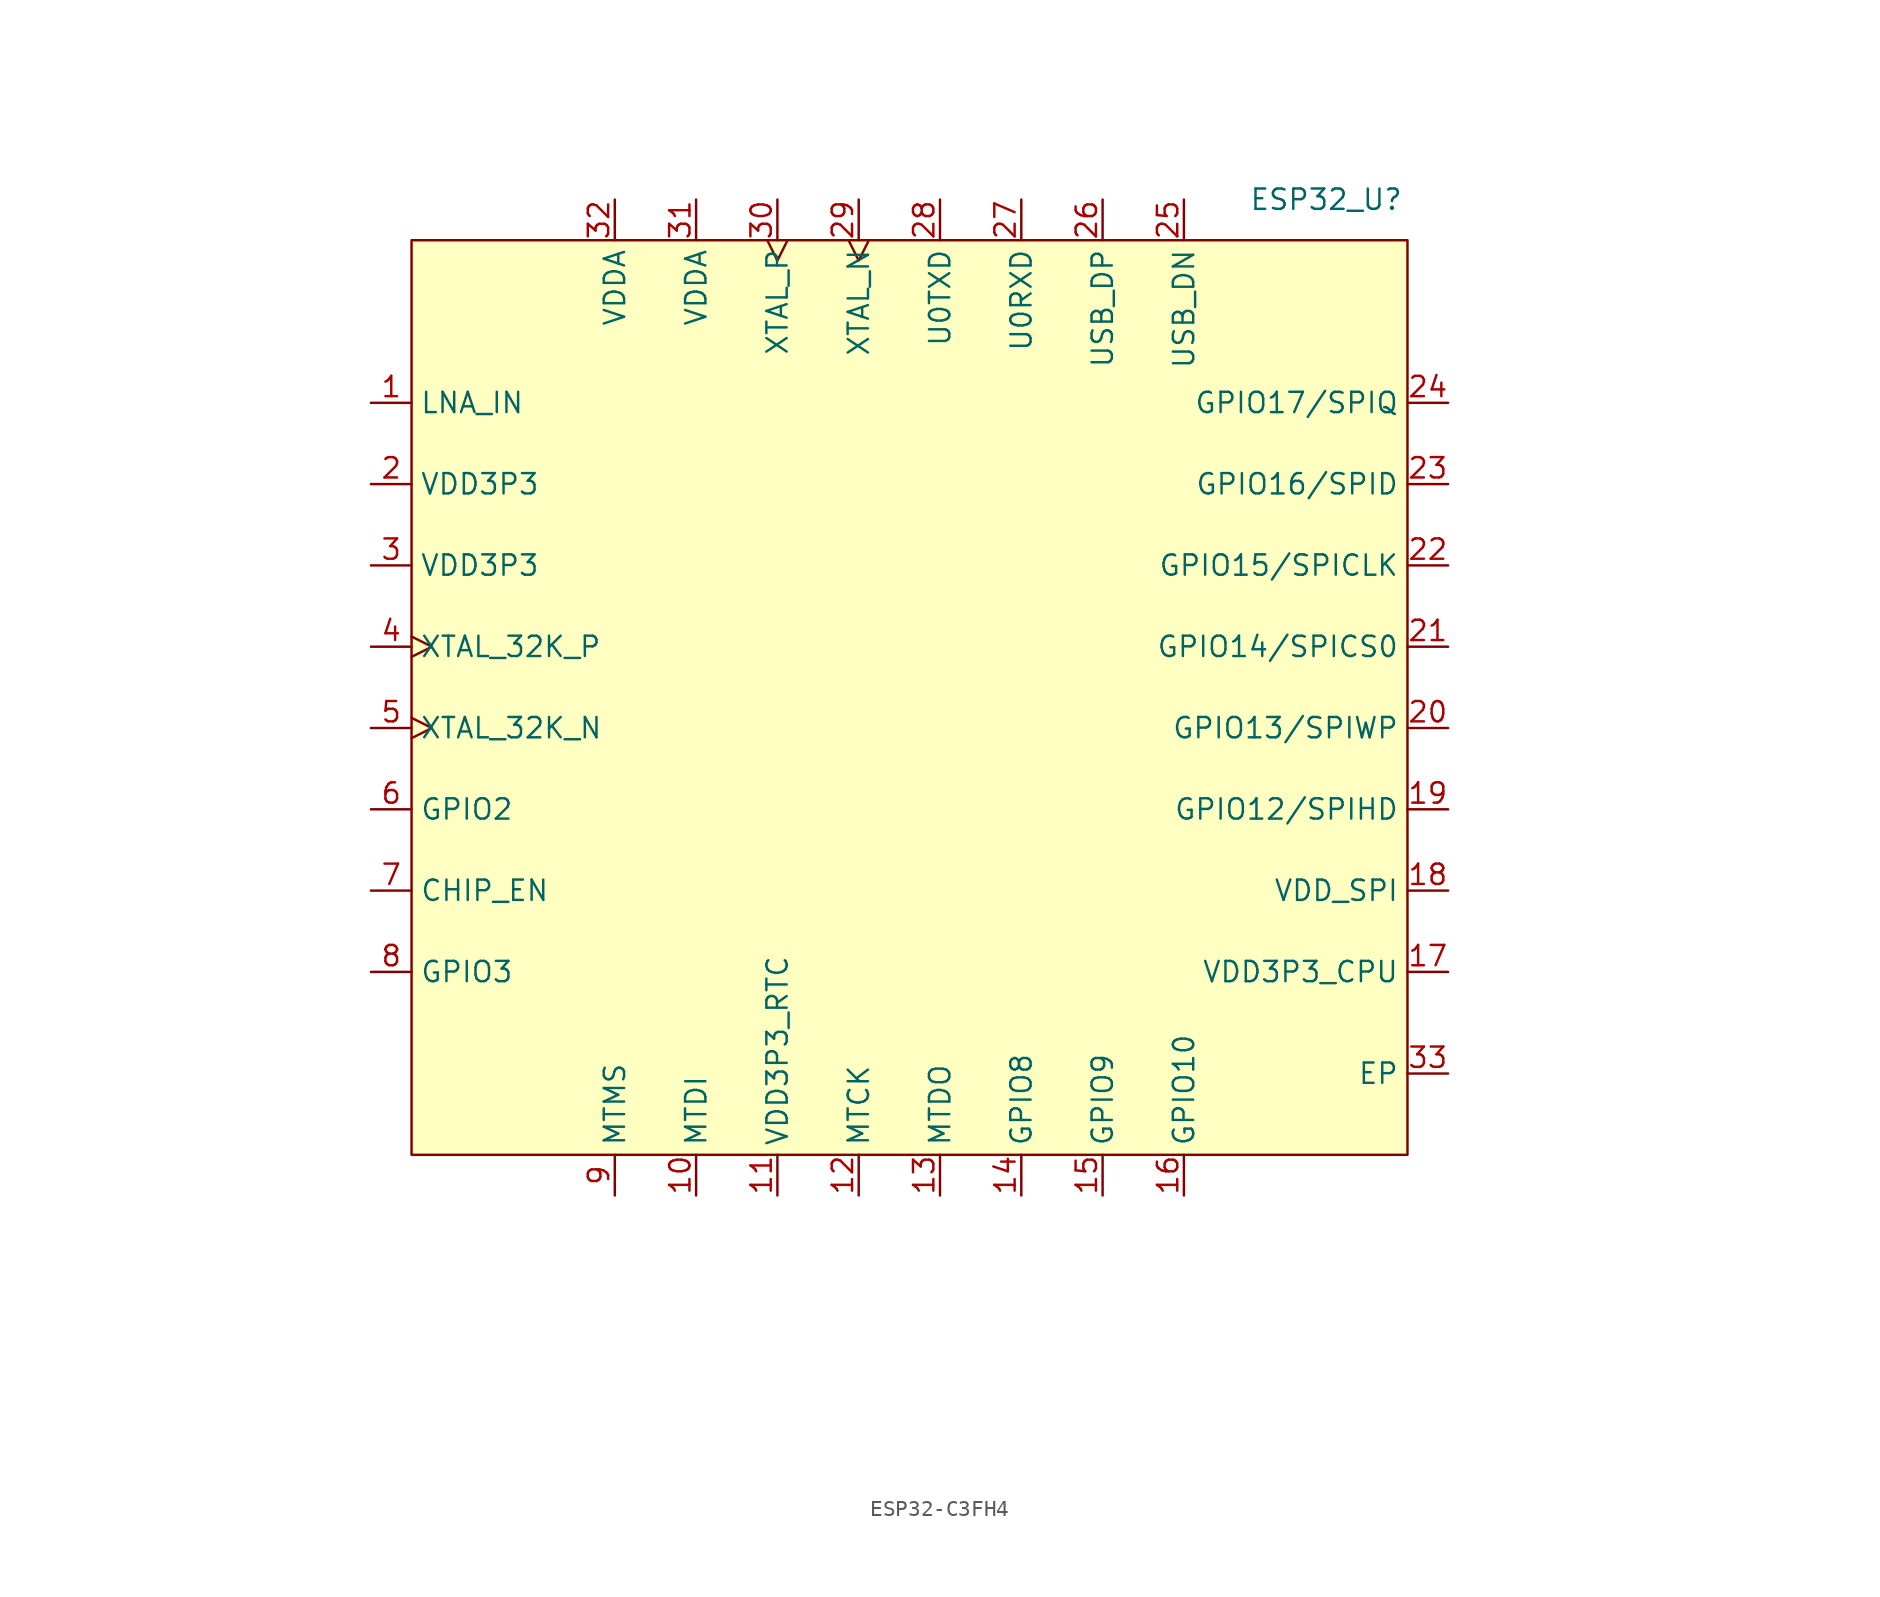
<source format=kicad_sym>
(kicad_symbol_lib
  (version 20220914)
  (generator kicad_symbol_editor)
  (symbol "ESP32-C3FH4"
    (property "Reference" "ESP32_U"
      (at 57.15 2.54 0)
      (effects (font (size 1.27 1.27))))
    (property "Value" ""
      (at 5.08 -7.62 0)
      (effects (font (size 1.27 1.27))))
    (symbol "ESP32-C3FH4_0_1"
      (rectangle (start 0 0) (end 62.23 -57.15) (stroke (width 0) (type default)) (fill (type background)))
      (text private "https://www.espressif.com.cn/sites/default/files/documentation/esp32-c3_datasheet_cn.pdf" (at 33.02 -69.85 0) (effects (font (size 1.27 1.27)))))
    (symbol "ESP32-C3FH4_1_1"
      (pin input line (at -2.54 -10.16 0) (length 2.54) (name "LNA_IN" (effects (font (size 1.27 1.27)))) (number "1" (effects (font (size 1.27 1.27)))))
      (pin input line (at 17.78 -59.69 90) (length 2.54) (name "MTDI" (effects (font (size 1.27 1.27)))) (number "10" (effects (font (size 1.27 1.27)))))
      (pin power_in line (at 22.86 -59.69 90) (length 2.54) (name "VDD3P3_RTC" (effects (font (size 1.27 1.27)))) (number "11" (effects (font (size 1.27 1.27)))))
      (pin input line (at 27.94 -59.69 90) (length 2.54) (name "MTCK" (effects (font (size 1.27 1.27)))) (number "12" (effects (font (size 1.27 1.27)))))
      (pin input line (at 33.02 -59.69 90) (length 2.54) (name "MTDO" (effects (font (size 1.27 1.27)))) (number "13" (effects (font (size 1.27 1.27)))))
      (pin input line (at 38.1 -59.69 90) (length 2.54) (name "GPIO8" (effects (font (size 1.27 1.27)))) (number "14" (effects (font (size 1.27 1.27)))))
      (pin input line (at 43.18 -59.69 90) (length 2.54) (name "GPIO9" (effects (font (size 1.27 1.27)))) (number "15" (effects (font (size 1.27 1.27)))))
      (pin input line (at 48.26 -59.69 90) (length 2.54) (name "GPIO10" (effects (font (size 1.27 1.27)))) (number "16" (effects (font (size 1.27 1.27)))))
      (pin power_in line (at 64.77 -45.72 180) (length 2.54) (name "VDD3P3_CPU" (effects (font (size 1.27 1.27)))) (number "17" (effects (font (size 1.27 1.27)))))
      (pin power_in line (at 64.77 -40.64 180) (length 2.54) (name "VDD_SPI" (effects (font (size 1.27 1.27)))) (number "18" (effects (font (size 1.27 1.27)))))
      (pin input line (at 64.77 -35.56 180) (length 2.54) (name "GPIO12/SPIHD" (effects (font (size 1.27 1.27)))) (number "19" (effects (font (size 1.27 1.27)))))
      (pin power_in line (at -2.54 -15.24 0) (length 2.54) (name "VDD3P3" (effects (font (size 1.27 1.27)))) (number "2" (effects (font (size 1.27 1.27)))))
      (pin input line (at 64.77 -30.48 180) (length 2.54) (name "GPIO13/SPIWP" (effects (font (size 1.27 1.27)))) (number "20" (effects (font (size 1.27 1.27)))))
      (pin input line (at 64.77 -25.4 180) (length 2.54) (name "GPIO14/SPICS0" (effects (font (size 1.27 1.27)))) (number "21" (effects (font (size 1.27 1.27)))))
      (pin input line (at 64.77 -20.32 180) (length 2.54) (name "GPIO15/SPICLK" (effects (font (size 1.27 1.27)))) (number "22" (effects (font (size 1.27 1.27)))))
      (pin input line (at 64.77 -15.24 180) (length 2.54) (name "GPIO16/SPID" (effects (font (size 1.27 1.27)))) (number "23" (effects (font (size 1.27 1.27)))))
      (pin input line (at 64.77 -10.16 180) (length 2.54) (name "GPIO17/SPIQ" (effects (font (size 1.27 1.27)))) (number "24" (effects (font (size 1.27 1.27)))))
      (pin input line (at 48.26 2.54 270) (length 2.54) (name "USB_DN" (effects (font (size 1.27 1.27)))) (number "25" (effects (font (size 1.27 1.27)))))
      (pin input line (at 43.18 2.54 270) (length 2.54) (name "USB_DP" (effects (font (size 1.27 1.27)))) (number "26" (effects (font (size 1.27 1.27)))))
      (pin input line (at 38.1 2.54 270) (length 2.54) (name "U0RXD" (effects (font (size 1.27 1.27)))) (number "27" (effects (font (size 1.27 1.27)))))
      (pin input line (at 33.02 2.54 270) (length 2.54) (name "U0TXD" (effects (font (size 1.27 1.27)))) (number "28" (effects (font (size 1.27 1.27)))))
      (pin input clock (at 27.94 2.54 270) (length 2.54) (name "XTAL_N" (effects (font (size 1.27 1.27)))) (number "29" (effects (font (size 1.27 1.27)))))
      (pin power_in line (at -2.54 -20.32 0) (length 2.54) (name "VDD3P3" (effects (font (size 1.27 1.27)))) (number "3" (effects (font (size 1.27 1.27)))))
      (pin input clock (at 22.86 2.54 270) (length 2.54) (name "XTAL_P" (effects (font (size 1.27 1.27)))) (number "30" (effects (font (size 1.27 1.27)))))
      (pin power_in line (at 17.78 2.54 270) (length 2.54) (name "VDDA" (effects (font (size 1.27 1.27)))) (number "31" (effects (font (size 1.27 1.27)))))
      (pin power_in line (at 12.7 2.54 270) (length 2.54) (name "VDDA" (effects (font (size 1.27 1.27)))) (number "32" (effects (font (size 1.27 1.27)))))
      (pin input line (at 64.77 -52.07 180) (length 2.54) (name "EP" (effects (font (size 1.27 1.27)))) (number "33" (effects (font (size 1.27 1.27)))))
      (pin input clock (at -2.54 -25.4 0) (length 2.54) (name "XTAL_32K_P" (effects (font (size 1.27 1.27)))) (number "4" (effects (font (size 1.27 1.27)))))
      (pin input clock (at -2.54 -30.48 0) (length 2.54) (name "XTAL_32K_N" (effects (font (size 1.27 1.27)))) (number "5" (effects (font (size 1.27 1.27)))))
      (pin input line (at -2.54 -35.56 0) (length 2.54) (name "GPIO2" (effects (font (size 1.27 1.27)))) (number "6" (effects (font (size 1.27 1.27)))))
      (pin input line (at -2.54 -40.64 0) (length 2.54) (name "CHIP_EN" (effects (font (size 1.27 1.27)))) (number "7" (effects (font (size 1.27 1.27)))))
      (pin input line (at -2.54 -45.72 0) (length 2.54) (name "GPIO3" (effects (font (size 1.27 1.27)))) (number "8" (effects (font (size 1.27 1.27)))))
      (pin input line (at 12.7 -59.69 90) (length 2.54) (name "MTMS" (effects (font (size 1.27 1.27)))) (number "9" (effects (font (size 1.27 1.27))))))))
</source>
